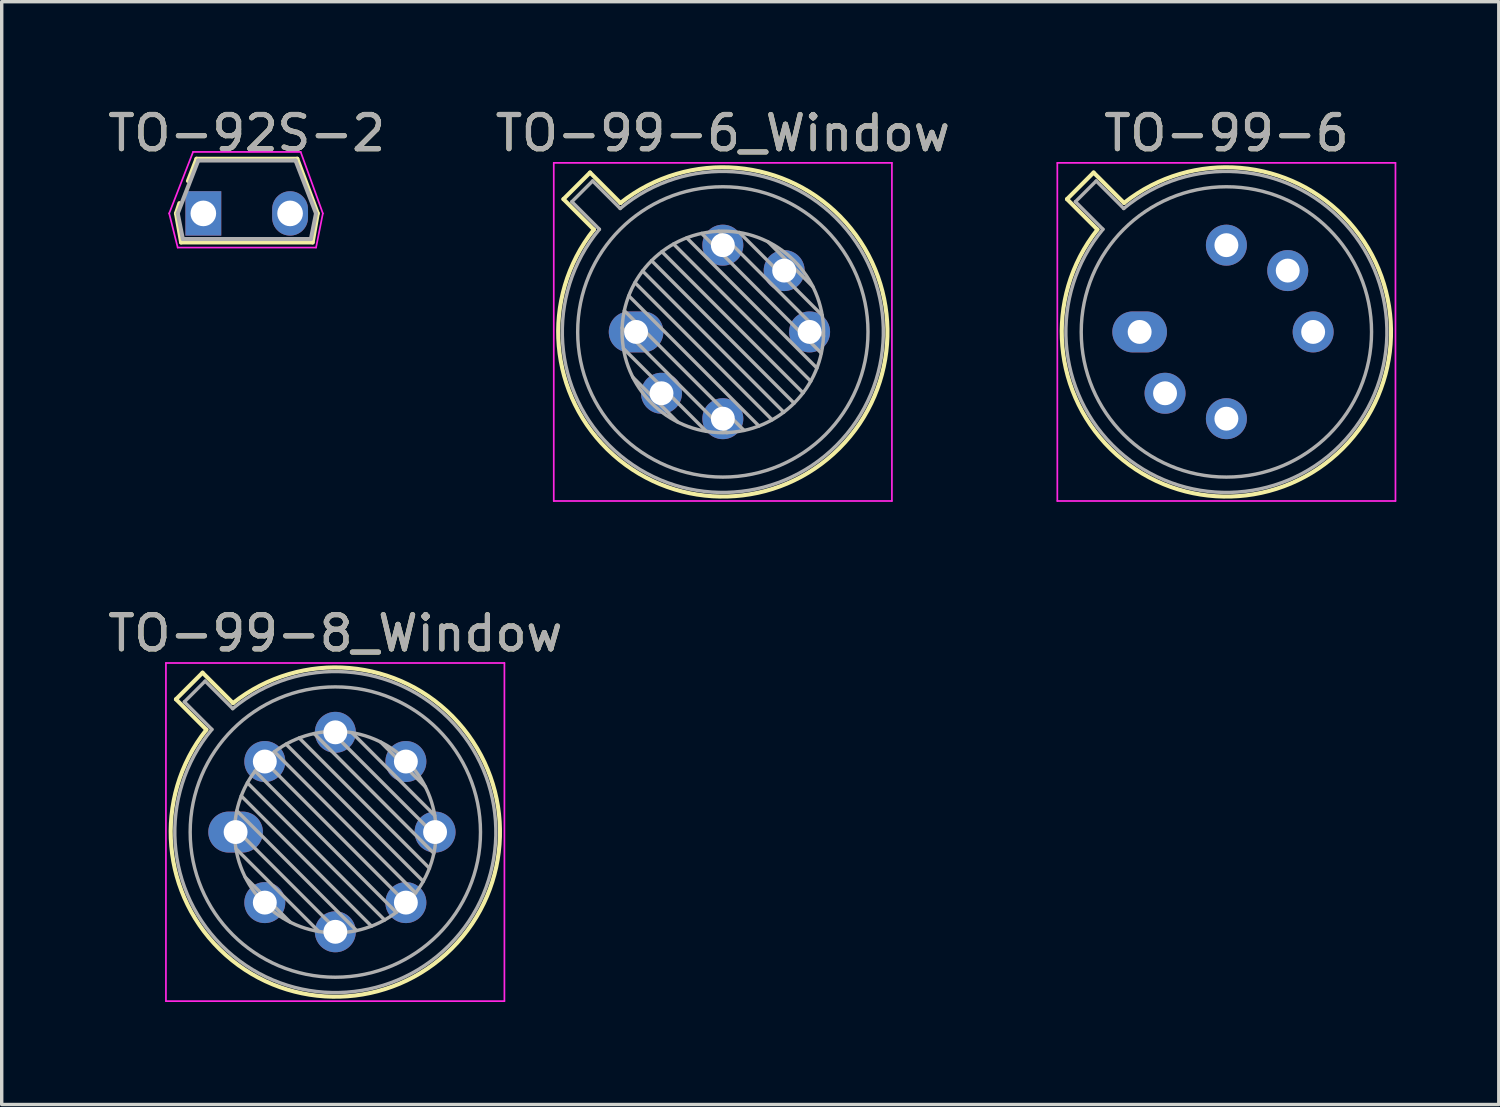
<source format=kicad_pcb>
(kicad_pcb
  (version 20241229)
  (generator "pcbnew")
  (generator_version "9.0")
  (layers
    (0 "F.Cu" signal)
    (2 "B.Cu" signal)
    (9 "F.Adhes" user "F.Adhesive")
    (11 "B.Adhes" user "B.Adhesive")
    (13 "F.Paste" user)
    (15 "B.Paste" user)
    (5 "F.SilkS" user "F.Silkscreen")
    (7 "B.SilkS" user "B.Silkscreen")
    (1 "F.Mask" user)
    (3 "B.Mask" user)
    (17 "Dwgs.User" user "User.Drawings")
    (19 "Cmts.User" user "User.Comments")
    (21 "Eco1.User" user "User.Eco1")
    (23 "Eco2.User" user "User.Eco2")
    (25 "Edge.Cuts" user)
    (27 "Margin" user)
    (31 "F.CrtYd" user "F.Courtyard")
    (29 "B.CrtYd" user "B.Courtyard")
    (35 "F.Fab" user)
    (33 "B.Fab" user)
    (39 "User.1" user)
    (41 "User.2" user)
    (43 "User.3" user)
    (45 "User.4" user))
  (footprint "TO-92S-2"
    (layer "F.Cu")
    (at 2.903 3.198)
    (property "Reference" "TO-92S-2" (at 1.27 -2.35 0) (layer "F.SilkS") (effects (font (size 1 1) (thickness 0.15))))
    (attr through_hole)
    (fp_line (start -0.8 0) (end -0.65 0.85) (stroke (width 0.12) (type solid)) (layer "F.SilkS"))
    (fp_line (start -0.7 -0.3) (end -0.8 0) (stroke (width 0.12) (type solid)) (layer "F.SilkS"))
    (fp_line (start -0.65 0.85) (end 3.2 0.85) (stroke (width 0.12) (type solid)) (layer "F.SilkS"))
    (fp_line (start -0.2 -1.6) (end -0.45 -0.95) (stroke (width 0.12) (type solid)) (layer "F.SilkS"))
    (fp_line (start 2.75 -1.6) (end -0.2 -1.6) (stroke (width 0.12) (type solid)) (layer "F.SilkS"))
    (fp_line (start 3.2 0.85) (end 3.35 0) (stroke (width 0.12) (type solid)) (layer "F.SilkS"))
    (fp_line (start 3.35 0) (end 2.75 -1.6) (stroke (width 0.12) (type solid)) (layer "F.SilkS"))
    (fp_line (start -1 0) (end -0.75 1) (stroke (width 0.05) (type solid)) (layer "F.CrtYd"))
    (fp_line (start -0.75 1) (end 3.3 1) (stroke (width 0.05) (type solid)) (layer "F.CrtYd"))
    (fp_line (start -0.3 -1.8) (end -1 0) (stroke (width 0.05) (type solid)) (layer "F.CrtYd"))
    (fp_line (start 2.85 -1.8) (end -0.3 -1.8) (stroke (width 0.05) (type solid)) (layer "F.CrtYd"))
    (fp_line (start 3.3 1) (end 3.5 0) (stroke (width 0.05) (type solid)) (layer "F.CrtYd"))
    (fp_line (start 3.5 0) (end 2.85 -1.8) (stroke (width 0.05) (type solid)) (layer "F.CrtYd"))
    (fp_line (start -0.75 0) (end -0.15 -1.55) (stroke (width 0.12) (type solid)) (layer "F.Fab"))
    (fp_line (start -0.6 0.75) (end -0.75 0) (stroke (width 0.12) (type solid)) (layer "F.Fab"))
    (fp_line (start -0.6 0.75) (end 3.15 0.75) (stroke (width 0.12) (type solid)) (layer "F.Fab"))
    (fp_line (start -0.15 -1.55) (end 2.7 -1.55) (stroke (width 0.12) (type solid)) (layer "F.Fab"))
    (fp_line (start 3.15 0.75) (end 3.3 0) (stroke (width 0.12) (type solid)) (layer "F.Fab"))
    (fp_line (start 3.3 0) (end 2.7 -1.55) (stroke (width 0.12) (type solid)) (layer "F.Fab"))
    (fp_text user "${REFERENCE}" (at 1.27 -2.35 0) (layer "F.Fab") (effects (font (size 1 1) (thickness 0.15))))
    (pad "1" thru_hole rect (at 0 0 180) (size 1.05 1.3) (drill 0.75) (layers "*.Cu" "*.Mask"))
    (pad "2" thru_hole oval (at 2.54 0 180) (size 1.05 1.3) (drill 0.75) (layers "*.Cu" "*.Mask")))
  (footprint "TO-99-6_Window"
    (layer "F.Cu")
    (at 15.573 6.668)
    (property "Reference" "TO-99-6_Window" (at 2.54 -5.82 0) (layer "F.SilkS") (effects (font (size 1 1) (thickness 0.15))))
    (attr through_hole)
    (fp_line (start -2.126 -3.888) (end -1.235 -2.997) (stroke (width 0.12) (type solid)) (layer "F.SilkS"))
    (fp_line (start -1.348 -4.666) (end -2.126 -3.888) (stroke (width 0.12) (type solid)) (layer "F.SilkS"))
    (fp_line (start -0.457 -3.775) (end -1.348 -4.666) (stroke (width 0.12) (type solid)) (layer "F.SilkS"))
    (fp_arc (start -0.457084 -3.774902) (mid 5.948125 3.408384) (end -1.234674 -2.997371) (stroke (width 0.12) (type solid)) (layer "F.SilkS"))
    (fp_line (start -2.41 -4.95) (end -2.41 4.95) (stroke (width 0.05) (type solid)) (layer "F.CrtYd"))
    (fp_line (start -2.41 4.95) (end 7.49 4.95) (stroke (width 0.05) (type solid)) (layer "F.CrtYd"))
    (fp_line (start 7.49 -4.95) (end -2.41 -4.95) (stroke (width 0.05) (type solid)) (layer "F.CrtYd"))
    (fp_line (start 7.49 4.95) (end 7.49 -4.95) (stroke (width 0.05) (type solid)) (layer "F.CrtYd"))
    (fp_line (start -1.88 -3.812) (end -1.074 -3.005) (stroke (width 0.1) (type solid)) (layer "F.Fab"))
    (fp_line (start -1.272 -4.42) (end -1.88 -3.812) (stroke (width 0.1) (type solid)) (layer "F.Fab"))
    (fp_line (start -0.465 -3.614) (end -1.272 -4.42) (stroke (width 0.1) (type solid)) (layer "F.Fab"))
    (fp_line (start -0.408 -0.12) (end 2.66 2.948) (stroke (width 0.1) (type solid)) (layer "F.Fab"))
    (fp_line (start -0.371 0.485) (end 2.055 2.911) (stroke (width 0.1) (type solid)) (layer "F.Fab"))
    (fp_line (start -0.344 -0.622) (end 3.162 2.884) (stroke (width 0.1) (type solid)) (layer "F.Fab"))
    (fp_line (start -0.215 -1.058) (end 3.598 2.755) (stroke (width 0.1) (type solid)) (layer "F.Fab"))
    (fp_line (start -0.097 1.324) (end 1.216 2.637) (stroke (width 0.1) (type solid)) (layer "F.Fab"))
    (fp_line (start -0.034 -1.443) (end 3.983 2.574) (stroke (width 0.1) (type solid)) (layer "F.Fab"))
    (fp_line (start 0.19 -1.784) (end 4.324 2.35) (stroke (width 0.1) (type solid)) (layer "F.Fab"))
    (fp_line (start 0.454 -2.086) (end 4.626 2.086) (stroke (width 0.1) (type solid)) (layer "F.Fab"))
    (fp_line (start 0.756 -2.35) (end 4.89 1.784) (stroke (width 0.1) (type solid)) (layer "F.Fab"))
    (fp_line (start 1.097 -2.574) (end 5.114 1.443) (stroke (width 0.1) (type solid)) (layer "F.Fab"))
    (fp_line (start 1.482 -2.755) (end 5.295 1.058) (stroke (width 0.1) (type solid)) (layer "F.Fab"))
    (fp_line (start 1.918 -2.884) (end 5.424 0.622) (stroke (width 0.1) (type solid)) (layer "F.Fab"))
    (fp_line (start 2.42 -2.948) (end 5.488 0.12) (stroke (width 0.1) (type solid)) (layer "F.Fab"))
    (fp_line (start 3.025 -2.911) (end 5.451 -0.485) (stroke (width 0.1) (type solid)) (layer "F.Fab"))
    (fp_line (start 3.864 -2.637) (end 5.177 -1.324) (stroke (width 0.1) (type solid)) (layer "F.Fab"))
    (fp_arc (start -0.465408 -3.61352) (mid 5.863443 3.323361) (end -1.073594 -3.005319) (stroke (width 0.1) (type solid)) (layer "F.Fab"))
    (fp_circle (center 2.54 0) (end 5.49 0) (stroke (width 0.1) (type solid)) (fill no) (layer "F.Fab"))
    (fp_circle (center 2.54 0) (end 6.79 0) (stroke (width 0.1) (type solid)) (fill no) (layer "F.Fab"))
    (fp_text user "${REFERENCE}" (at 2.54 -5.82 0) (layer "F.Fab") (effects (font (size 1 1) (thickness 0.15))))
    (pad "1" thru_hole oval (at 0 0) (size 1.6 1.2) (drill 0.7) (layers "*.Cu" "*.Mask"))
    (pad "2" thru_hole oval (at 0.744 1.796) (size 1.2 1.2) (drill 0.7) (layers "*.Cu" "*.Mask"))
    (pad "3" thru_hole oval (at 2.54 2.54) (size 1.2 1.2) (drill 0.7) (layers "*.Cu" "*.Mask"))
    (pad "4" thru_hole oval (at 5.08 0) (size 1.2 1.2) (drill 0.7) (layers "*.Cu" "*.Mask"))
    (pad "5" thru_hole oval (at 4.336 -1.796) (size 1.2 1.2) (drill 0.7) (layers "*.Cu" "*.Mask"))
    (pad "6" thru_hole oval (at 2.54 -2.54) (size 1.2 1.2) (drill 0.7) (layers "*.Cu" "*.Mask")))
  (footprint "TO-99-6"
    (layer "F.Cu")
    (at 30.316 6.668)
    (property "Reference" "TO-99-6" (at 2.54 -5.82 0) (layer "F.SilkS") (effects (font (size 1 1) (thickness 0.15))))
    (attr through_hole)
    (fp_line (start -2.126 -3.888) (end -1.235 -2.997) (stroke (width 0.12) (type solid)) (layer "F.SilkS"))
    (fp_line (start -1.348 -4.666) (end -2.126 -3.888) (stroke (width 0.12) (type solid)) (layer "F.SilkS"))
    (fp_line (start -0.457 -3.775) (end -1.348 -4.666) (stroke (width 0.12) (type solid)) (layer "F.SilkS"))
    (fp_arc (start -0.457084 -3.774902) (mid 5.948125 3.408384) (end -1.234674 -2.997371) (stroke (width 0.12) (type solid)) (layer "F.SilkS"))
    (fp_line (start -2.41 -4.95) (end -2.41 4.95) (stroke (width 0.05) (type solid)) (layer "F.CrtYd"))
    (fp_line (start -2.41 4.95) (end 7.49 4.95) (stroke (width 0.05) (type solid)) (layer "F.CrtYd"))
    (fp_line (start 7.49 -4.95) (end -2.41 -4.95) (stroke (width 0.05) (type solid)) (layer "F.CrtYd"))
    (fp_line (start 7.49 4.95) (end 7.49 -4.95) (stroke (width 0.05) (type solid)) (layer "F.CrtYd"))
    (fp_line (start -1.88 -3.812) (end -1.074 -3.005) (stroke (width 0.1) (type solid)) (layer "F.Fab"))
    (fp_line (start -1.272 -4.42) (end -1.88 -3.812) (stroke (width 0.1) (type solid)) (layer "F.Fab"))
    (fp_line (start -0.465 -3.614) (end -1.272 -4.42) (stroke (width 0.1) (type solid)) (layer "F.Fab"))
    (fp_arc (start -0.465408 -3.61352) (mid 5.863443 3.323361) (end -1.073594 -3.005319) (stroke (width 0.1) (type solid)) (layer "F.Fab"))
    (fp_circle (center 2.54 0) (end 6.79 0) (stroke (width 0.1) (type solid)) (fill no) (layer "F.Fab"))
    (fp_text user "${REFERENCE}" (at 2.54 -5.82 0) (layer "F.Fab") (effects (font (size 1 1) (thickness 0.15))))
    (pad "1" thru_hole oval (at 0 0) (size 1.6 1.2) (drill 0.7) (layers "*.Cu" "*.Mask"))
    (pad "2" thru_hole oval (at 0.744 1.796) (size 1.2 1.2) (drill 0.7) (layers "*.Cu" "*.Mask"))
    (pad "3" thru_hole oval (at 2.54 2.54) (size 1.2 1.2) (drill 0.7) (layers "*.Cu" "*.Mask"))
    (pad "4" thru_hole oval (at 5.08 0) (size 1.2 1.2) (drill 0.7) (layers "*.Cu" "*.Mask"))
    (pad "5" thru_hole oval (at 4.336 -1.796) (size 1.2 1.2) (drill 0.7) (layers "*.Cu" "*.Mask"))
    (pad "6" thru_hole oval (at 2.54 -2.54) (size 1.2 1.2) (drill 0.7) (layers "*.Cu" "*.Mask")))
  (footprint "TO-99-8_Window"
    (layer "F.Cu")
    (at 3.848 21.311)
    (property "Reference" "TO-99-8_Window" (at 2.92 -5.82 0) (layer "F.SilkS") (effects (font (size 1 1) (thickness 0.15))))
    (attr through_hole)
    (fp_line (start -1.746 -3.888) (end -0.855 -2.997) (stroke (width 0.12) (type solid)) (layer "F.SilkS"))
    (fp_line (start -0.968 -4.666) (end -1.746 -3.888) (stroke (width 0.12) (type solid)) (layer "F.SilkS"))
    (fp_line (start -0.077 -3.775) (end -0.968 -4.666) (stroke (width 0.12) (type solid)) (layer "F.SilkS"))
    (fp_arc (start -0.077084 -3.774902) (mid 6.328125 3.408384) (end -0.854674 -2.997371) (stroke (width 0.12) (type solid)) (layer "F.SilkS"))
    (fp_line (start -2.04 -4.95) (end -2.04 4.95) (stroke (width 0.05) (type solid)) (layer "F.CrtYd"))
    (fp_line (start -2.04 4.95) (end 7.87 4.95) (stroke (width 0.05) (type solid)) (layer "F.CrtYd"))
    (fp_line (start 7.87 -4.95) (end -2.04 -4.95) (stroke (width 0.05) (type solid)) (layer "F.CrtYd"))
    (fp_line (start 7.87 4.95) (end 7.87 -4.95) (stroke (width 0.05) (type solid)) (layer "F.CrtYd"))
    (fp_line (start -1.5 -3.812) (end -0.694 -3.005) (stroke (width 0.1) (type solid)) (layer "F.Fab"))
    (fp_line (start -0.892 -4.42) (end -1.5 -3.812) (stroke (width 0.1) (type solid)) (layer "F.Fab"))
    (fp_line (start -0.085 -3.614) (end -0.892 -4.42) (stroke (width 0.1) (type solid)) (layer "F.Fab"))
    (fp_line (start -0.028 -0.12) (end 3.04 2.948) (stroke (width 0.1) (type solid)) (layer "F.Fab"))
    (fp_line (start 0.009 0.485) (end 2.435 2.911) (stroke (width 0.1) (type solid)) (layer "F.Fab"))
    (fp_line (start 0.036 -0.622) (end 3.542 2.884) (stroke (width 0.1) (type solid)) (layer "F.Fab"))
    (fp_line (start 0.165 -1.058) (end 3.978 2.755) (stroke (width 0.1) (type solid)) (layer "F.Fab"))
    (fp_line (start 0.283 1.324) (end 1.596 2.637) (stroke (width 0.1) (type solid)) (layer "F.Fab"))
    (fp_line (start 0.346 -1.443) (end 4.363 2.574) (stroke (width 0.1) (type solid)) (layer "F.Fab"))
    (fp_line (start 0.57 -1.784) (end 4.704 2.35) (stroke (width 0.1) (type solid)) (layer "F.Fab"))
    (fp_line (start 0.834 -2.086) (end 5.006 2.086) (stroke (width 0.1) (type solid)) (layer "F.Fab"))
    (fp_line (start 1.136 -2.35) (end 5.27 1.784) (stroke (width 0.1) (type solid)) (layer "F.Fab"))
    (fp_line (start 1.477 -2.574) (end 5.494 1.443) (stroke (width 0.1) (type solid)) (layer "F.Fab"))
    (fp_line (start 1.862 -2.755) (end 5.675 1.058) (stroke (width 0.1) (type solid)) (layer "F.Fab"))
    (fp_line (start 2.298 -2.884) (end 5.804 0.622) (stroke (width 0.1) (type solid)) (layer "F.Fab"))
    (fp_line (start 2.8 -2.948) (end 5.868 0.12) (stroke (width 0.1) (type solid)) (layer "F.Fab"))
    (fp_line (start 3.405 -2.911) (end 5.831 -0.485) (stroke (width 0.1) (type solid)) (layer "F.Fab"))
    (fp_line (start 4.244 -2.637) (end 5.557 -1.324) (stroke (width 0.1) (type solid)) (layer "F.Fab"))
    (fp_arc (start -0.085408 -3.61352) (mid 6.243443 3.323361) (end -0.693594 -3.005319) (stroke (width 0.1) (type solid)) (layer "F.Fab"))
    (fp_circle (center 2.92 0) (end 5.87 0) (stroke (width 0.1) (type solid)) (fill no) (layer "F.Fab"))
    (fp_circle (center 2.92 0) (end 7.17 0) (stroke (width 0.1) (type solid)) (fill no) (layer "F.Fab"))
    (fp_text user "${REFERENCE}" (at 2.92 -5.82 0) (layer "F.Fab") (effects (font (size 1 1) (thickness 0.15))))
    (pad "1" thru_hole oval (at 0 0) (size 1.6 1.2) (drill 0.7) (layers "*.Cu" "*.Mask"))
    (pad "2" thru_hole oval (at 0.855 2.065) (size 1.2 1.2) (drill 0.7) (layers "*.Cu" "*.Mask"))
    (pad "3" thru_hole oval (at 2.92 2.92) (size 1.2 1.2) (drill 0.7) (layers "*.Cu" "*.Mask"))
    (pad "4" thru_hole oval (at 4.985 2.065) (size 1.2 1.2) (drill 0.7) (layers "*.Cu" "*.Mask"))
    (pad "5" thru_hole oval (at 5.84 0) (size 1.2 1.2) (drill 0.7) (layers "*.Cu" "*.Mask"))
    (pad "6" thru_hole oval (at 4.985 -2.065) (size 1.2 1.2) (drill 0.7) (layers "*.Cu" "*.Mask"))
    (pad "7" thru_hole oval (at 2.92 -2.92) (size 1.2 1.2) (drill 0.7) (layers "*.Cu" "*.Mask"))
    (pad "8" thru_hole oval (at 0.855 -2.065) (size 1.2 1.2) (drill 0.7) (layers "*.Cu" "*.Mask")))
  (gr_rect
    (start -3 -3)
    (end 40.831 29.287)
    (stroke (width 0.1) (type default))
    (fill no)
    (layer "Edge.Cuts")))
</source>
